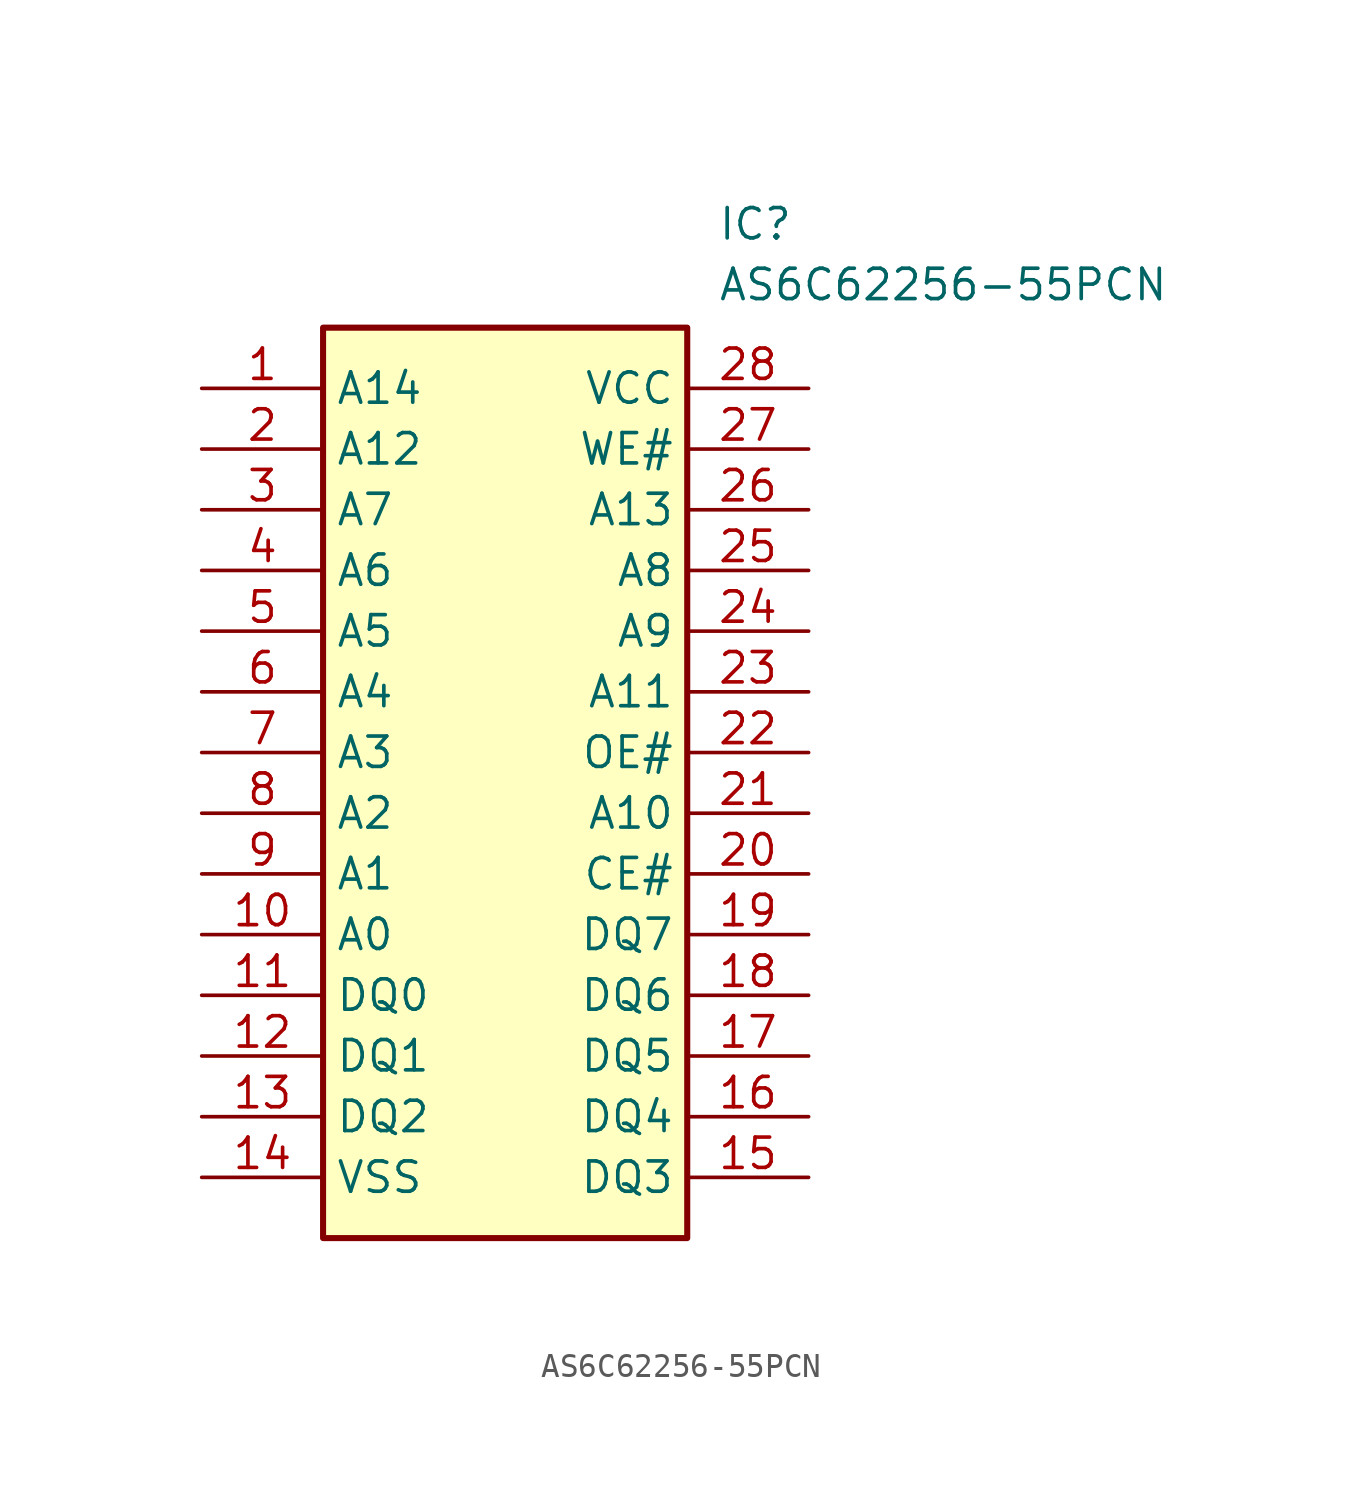
<source format=kicad_sym>
(kicad_symbol_lib
  (version 20211014)
  (generator SamacSys_ECAD_Model)
  (symbol "AS6C62256-55PCN"
    (property "Reference" "IC"
      (at 21.59 7.62 0)
      (effects (font (size 1.27 1.27)) (justify left top)))
    (property "Value" "AS6C62256-55PCN"
      (at 21.59 5.08 0)
      (effects (font (size 1.27 1.27)) (justify left top)))
    (rectangle
      (start 5.08 2.54)
      (end 20.32 -35.56)
      (stroke (width 0.254) (type default))
      (fill (type background)))
    (pin input line
      (at 0 0 0)
      (length 5.08)
      (name "A14" (effects (font (size 1.27 1.27))))
      (number "1" (effects (font (size 1.27 1.27)))))
    (pin input line
      (at 0 -2.54 0)
      (length 5.08)
      (name "A12" (effects (font (size 1.27 1.27))))
      (number "2" (effects (font (size 1.27 1.27)))))
    (pin input line
      (at 0 -5.08 0)
      (length 5.08)
      (name "A7" (effects (font (size 1.27 1.27))))
      (number "3" (effects (font (size 1.27 1.27)))))
    (pin input line
      (at 0 -7.62 0)
      (length 5.08)
      (name "A6" (effects (font (size 1.27 1.27))))
      (number "4" (effects (font (size 1.27 1.27)))))
    (pin input line
      (at 0 -10.16 0)
      (length 5.08)
      (name "A5" (effects (font (size 1.27 1.27))))
      (number "5" (effects (font (size 1.27 1.27)))))
    (pin input line
      (at 0 -12.7 0)
      (length 5.08)
      (name "A4" (effects (font (size 1.27 1.27))))
      (number "6" (effects (font (size 1.27 1.27)))))
    (pin input line
      (at 0 -15.24 0)
      (length 5.08)
      (name "A3" (effects (font (size 1.27 1.27))))
      (number "7" (effects (font (size 1.27 1.27)))))
    (pin input line
      (at 0 -17.78 0)
      (length 5.08)
      (name "A2" (effects (font (size 1.27 1.27))))
      (number "8" (effects (font (size 1.27 1.27)))))
    (pin input line
      (at 0 -20.32 0)
      (length 5.08)
      (name "A1" (effects (font (size 1.27 1.27))))
      (number "9" (effects (font (size 1.27 1.27)))))
    (pin input line
      (at 0 -22.86 0)
      (length 5.08)
      (name "A0" (effects (font (size 1.27 1.27))))
      (number "10" (effects (font (size 1.27 1.27)))))
    (pin bidirectional line
      (at 0 -25.4 0)
      (length 5.08)
      (name "DQ0" (effects (font (size 1.27 1.27))))
      (number "11" (effects (font (size 1.27 1.27)))))
    (pin bidirectional line
      (at 0 -27.94 0)
      (length 5.08)
      (name "DQ1" (effects (font (size 1.27 1.27))))
      (number "12" (effects (font (size 1.27 1.27)))))
    (pin bidirectional line
      (at 0 -30.48 0)
      (length 5.08)
      (name "DQ2" (effects (font (size 1.27 1.27))))
      (number "13" (effects (font (size 1.27 1.27)))))
    (pin power_in line
      (at 0 -33.02 0)
      (length 5.08)
      (name "VSS" (effects (font (size 1.27 1.27))))
      (number "14" (effects (font (size 1.27 1.27)))))
    (pin power_in line
      (at 25.4 0 180)
      (length 5.08)
      (name "VCC" (effects (font (size 1.27 1.27))))
      (number "28" (effects (font (size 1.27 1.27)))))
    (pin input line
      (at 25.4 -2.54 180)
      (length 5.08)
      (name "WE#" (effects (font (size 1.27 1.27))))
      (number "27" (effects (font (size 1.27 1.27)))))
    (pin input line
      (at 25.4 -5.08 180)
      (length 5.08)
      (name "A13" (effects (font (size 1.27 1.27))))
      (number "26" (effects (font (size 1.27 1.27)))))
    (pin input line
      (at 25.4 -7.62 180)
      (length 5.08)
      (name "A8" (effects (font (size 1.27 1.27))))
      (number "25" (effects (font (size 1.27 1.27)))))
    (pin input line
      (at 25.4 -10.16 180)
      (length 5.08)
      (name "A9" (effects (font (size 1.27 1.27))))
      (number "24" (effects (font (size 1.27 1.27)))))
    (pin input line
      (at 25.4 -12.7 180)
      (length 5.08)
      (name "A11" (effects (font (size 1.27 1.27))))
      (number "23" (effects (font (size 1.27 1.27)))))
    (pin input line
      (at 25.4 -15.24 180)
      (length 5.08)
      (name "OE#" (effects (font (size 1.27 1.27))))
      (number "22" (effects (font (size 1.27 1.27)))))
    (pin input line
      (at 25.4 -17.78 180)
      (length 5.08)
      (name "A10" (effects (font (size 1.27 1.27))))
      (number "21" (effects (font (size 1.27 1.27)))))
    (pin input line
      (at 25.4 -20.32 180)
      (length 5.08)
      (name "CE#" (effects (font (size 1.27 1.27))))
      (number "20" (effects (font (size 1.27 1.27)))))
    (pin bidirectional line
      (at 25.4 -22.86 180)
      (length 5.08)
      (name "DQ7" (effects (font (size 1.27 1.27))))
      (number "19" (effects (font (size 1.27 1.27)))))
    (pin bidirectional line
      (at 25.4 -25.4 180)
      (length 5.08)
      (name "DQ6" (effects (font (size 1.27 1.27))))
      (number "18" (effects (font (size 1.27 1.27)))))
    (pin bidirectional line
      (at 25.4 -27.94 180)
      (length 5.08)
      (name "DQ5" (effects (font (size 1.27 1.27))))
      (number "17" (effects (font (size 1.27 1.27)))))
    (pin bidirectional line
      (at 25.4 -30.48 180)
      (length 5.08)
      (name "DQ4" (effects (font (size 1.27 1.27))))
      (number "16" (effects (font (size 1.27 1.27)))))
    (pin bidirectional line
      (at 25.4 -33.02 180)
      (length 5.08)
      (name "DQ3" (effects (font (size 1.27 1.27))))
      (number "15" (effects (font (size 1.27 1.27)))))))
</source>
